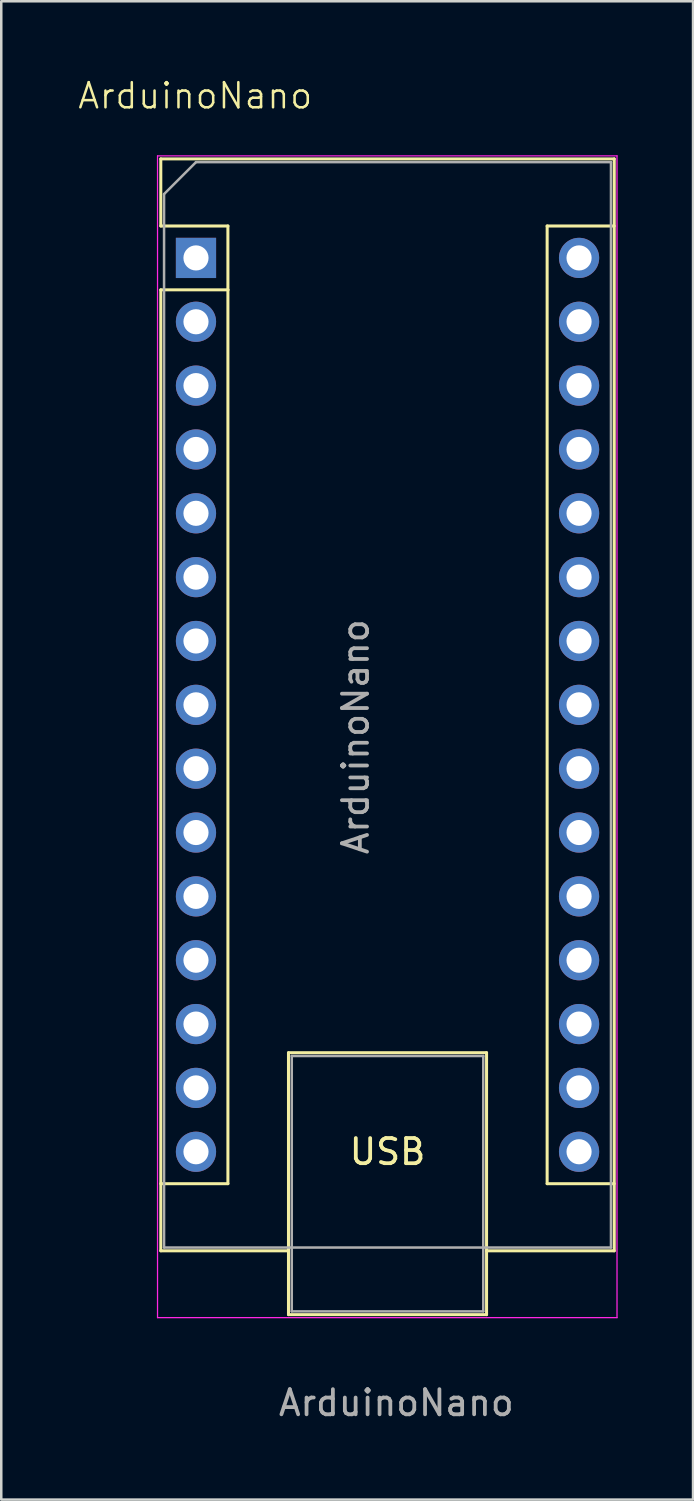
<source format=kicad_pcb>
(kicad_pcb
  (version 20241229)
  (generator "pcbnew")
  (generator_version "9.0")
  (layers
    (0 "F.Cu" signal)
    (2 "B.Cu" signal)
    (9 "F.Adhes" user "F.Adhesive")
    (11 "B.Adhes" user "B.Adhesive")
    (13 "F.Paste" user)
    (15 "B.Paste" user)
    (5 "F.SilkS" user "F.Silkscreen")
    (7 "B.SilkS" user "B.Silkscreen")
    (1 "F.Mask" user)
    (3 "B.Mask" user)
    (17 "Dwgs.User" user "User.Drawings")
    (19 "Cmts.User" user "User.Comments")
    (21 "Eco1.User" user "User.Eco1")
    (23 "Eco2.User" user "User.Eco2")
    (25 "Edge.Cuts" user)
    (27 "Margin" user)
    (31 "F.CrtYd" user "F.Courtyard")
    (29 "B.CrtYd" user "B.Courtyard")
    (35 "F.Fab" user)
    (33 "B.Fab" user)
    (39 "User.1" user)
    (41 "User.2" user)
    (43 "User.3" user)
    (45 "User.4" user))
  (footprint "ArduinoNano"
    (layer "F.Cu")
    (at 4.717 7.261)
    (property "Reference" "ArduinoNano" (at 0 -6.5 0) (unlocked yes) (layer "F.SilkS") (effects (font (size 1 1) (thickness 0.1))))
    (attr smd)
    (fp_line (start -1.37 -3.99) (end -1.37 -1.32) (stroke (width 0.12) (type solid)) (layer "F.SilkS"))
    (fp_line (start -1.37 1.22) (end -1.37 39.45) (stroke (width 0.12) (type solid)) (layer "F.SilkS"))
    (fp_line (start -1.37 39.45) (end 3.71 39.45) (stroke (width 0.12) (type solid)) (layer "F.SilkS"))
    (fp_line (start 1.3 -1.32) (end -1.37 -1.32) (stroke (width 0.12) (type solid)) (layer "F.SilkS"))
    (fp_line (start 1.3 1.22) (end -1.37 1.22) (stroke (width 0.12) (type solid)) (layer "F.SilkS"))
    (fp_line (start 1.3 1.22) (end 1.3 -1.32) (stroke (width 0.12) (type solid)) (layer "F.SilkS"))
    (fp_line (start 1.3 1.22) (end 1.3 36.78) (stroke (width 0.12) (type solid)) (layer "F.SilkS"))
    (fp_line (start 1.3 36.78) (end -1.37 36.78) (stroke (width 0.12) (type solid)) (layer "F.SilkS"))
    (fp_line (start 3.71 31.57) (end 11.59 31.57) (stroke (width 0.12) (type solid)) (layer "F.SilkS"))
    (fp_line (start 3.71 41.99) (end 3.71 31.57) (stroke (width 0.12) (type solid)) (layer "F.SilkS"))
    (fp_line (start 11.59 31.57) (end 11.59 41.99) (stroke (width 0.12) (type solid)) (layer "F.SilkS"))
    (fp_line (start 11.59 41.99) (end 3.71 41.99) (stroke (width 0.12) (type solid)) (layer "F.SilkS"))
    (fp_line (start 14 -1.32) (end 14 36.78) (stroke (width 0.12) (type solid)) (layer "F.SilkS"))
    (fp_line (start 14 -1.32) (end 16.67 -1.32) (stroke (width 0.12) (type solid)) (layer "F.SilkS"))
    (fp_line (start 14 36.78) (end 16.67 36.78) (stroke (width 0.12) (type solid)) (layer "F.SilkS"))
    (fp_line (start 16.67 -3.99) (end -1.37 -3.99) (stroke (width 0.12) (type solid)) (layer "F.SilkS"))
    (fp_line (start 16.67 39.45) (end 11.59 39.45) (stroke (width 0.12) (type solid)) (layer "F.SilkS"))
    (fp_line (start 16.67 39.45) (end 16.67 -3.99) (stroke (width 0.12) (type solid)) (layer "F.SilkS"))
    (fp_line (start -1.5 -4.11) (end -1.5 42.11) (stroke (width 0.05) (type solid)) (layer "F.CrtYd"))
    (fp_line (start -1.5 -4.11) (end 16.78 -4.11) (stroke (width 0.05) (type solid)) (layer "F.CrtYd"))
    (fp_line (start 16.78 42.11) (end -1.5 42.11) (stroke (width 0.05) (type solid)) (layer "F.CrtYd"))
    (fp_line (start 16.78 42.11) (end 16.78 -4.11) (stroke (width 0.05) (type solid)) (layer "F.CrtYd"))
    (fp_line (start -1.24 -2.59) (end 0.03 -3.86) (stroke (width 0.1) (type solid)) (layer "F.Fab"))
    (fp_line (start -1.24 39.32) (end -1.24 -2.59) (stroke (width 0.1) (type solid)) (layer "F.Fab"))
    (fp_line (start 0.03 -3.86) (end 16.54 -3.86) (stroke (width 0.1) (type solid)) (layer "F.Fab"))
    (fp_line (start 3.84 31.7) (end 11.46 31.7) (stroke (width 0.1) (type solid)) (layer "F.Fab"))
    (fp_line (start 3.84 41.86) (end 3.84 31.7) (stroke (width 0.1) (type solid)) (layer "F.Fab"))
    (fp_line (start 11.46 31.7) (end 11.46 41.86) (stroke (width 0.1) (type solid)) (layer "F.Fab"))
    (fp_line (start 11.46 41.86) (end 3.84 41.86) (stroke (width 0.1) (type solid)) (layer "F.Fab"))
    (fp_line (start 16.54 -3.86) (end 16.54 39.32) (stroke (width 0.1) (type solid)) (layer "F.Fab"))
    (fp_line (start 16.54 39.32) (end -1.24 39.32) (stroke (width 0.1) (type solid)) (layer "F.Fab"))
    (fp_text user "USB" (at 7.65 35.51 0) (unlocked yes) (layer "F.SilkS") (effects (font (size 1 1) (thickness 0.15))))
    (fp_text user "${REFERENCE}" (at 6.38 19 90) (layer "F.Fab") (effects (font (size 1 1) (thickness 0.15))))
    (fp_text user "${REFERENCE}" (at 8 45.5 0) (unlocked yes) (layer "F.Fab") (effects (font (size 1 1) (thickness 0.15))))
    (pad "1" thru_hole rect (at 0.03 -0.05) (size 1.6 1.6) (drill 1) (layers "*.Cu" "*.Mask"))
    (pad "2" thru_hole oval (at 0.03 2.49) (size 1.6 1.6) (drill 1) (layers "*.Cu" "*.Mask"))
    (pad "3" thru_hole oval (at 0.03 5.03) (size 1.6 1.6) (drill 1) (layers "*.Cu" "*.Mask"))
    (pad "4" thru_hole oval (at 0.03 7.57) (size 1.6 1.6) (drill 1) (layers "*.Cu" "*.Mask"))
    (pad "5" thru_hole oval (at 0.03 10.11) (size 1.6 1.6) (drill 1) (layers "*.Cu" "*.Mask"))
    (pad "6" thru_hole oval (at 0.03 12.65) (size 1.6 1.6) (drill 1) (layers "*.Cu" "*.Mask"))
    (pad "7" thru_hole oval (at 0.03 15.19) (size 1.6 1.6) (drill 1) (layers "*.Cu" "*.Mask"))
    (pad "8" thru_hole oval (at 0.03 17.73) (size 1.6 1.6) (drill 1) (layers "*.Cu" "*.Mask"))
    (pad "9" thru_hole oval (at 0.03 20.27) (size 1.6 1.6) (drill 1) (layers "*.Cu" "*.Mask"))
    (pad "10" thru_hole oval (at 0.03 22.81) (size 1.6 1.6) (drill 1) (layers "*.Cu" "*.Mask"))
    (pad "11" thru_hole oval (at 0.03 25.35) (size 1.6 1.6) (drill 1) (layers "*.Cu" "*.Mask"))
    (pad "12" thru_hole oval (at 0.03 27.89) (size 1.6 1.6) (drill 1) (layers "*.Cu" "*.Mask"))
    (pad "13" thru_hole oval (at 0.03 30.43) (size 1.6 1.6) (drill 1) (layers "*.Cu" "*.Mask"))
    (pad "14" thru_hole oval (at 0.03 32.97) (size 1.6 1.6) (drill 1) (layers "*.Cu" "*.Mask"))
    (pad "15" thru_hole oval (at 0.03 35.51) (size 1.6 1.6) (drill 1) (layers "*.Cu" "*.Mask"))
    (pad "16" thru_hole oval (at 15.27 35.51) (size 1.6 1.6) (drill 1) (layers "*.Cu" "*.Mask"))
    (pad "17" thru_hole oval (at 15.27 32.97) (size 1.6 1.6) (drill 1) (layers "*.Cu" "*.Mask"))
    (pad "18" thru_hole oval (at 15.27 30.43) (size 1.6 1.6) (drill 1) (layers "*.Cu" "*.Mask"))
    (pad "19" thru_hole oval (at 15.27 27.89) (size 1.6 1.6) (drill 1) (layers "*.Cu" "*.Mask"))
    (pad "20" thru_hole oval (at 15.27 25.35) (size 1.6 1.6) (drill 1) (layers "*.Cu" "*.Mask"))
    (pad "21" thru_hole oval (at 15.27 22.81) (size 1.6 1.6) (drill 1) (layers "*.Cu" "*.Mask"))
    (pad "22" thru_hole oval (at 15.27 20.27) (size 1.6 1.6) (drill 1) (layers "*.Cu" "*.Mask"))
    (pad "23" thru_hole oval (at 15.27 17.73) (size 1.6 1.6) (drill 1) (layers "*.Cu" "*.Mask"))
    (pad "24" thru_hole oval (at 15.27 15.19) (size 1.6 1.6) (drill 1) (layers "*.Cu" "*.Mask"))
    (pad "25" thru_hole oval (at 15.27 12.65) (size 1.6 1.6) (drill 1) (layers "*.Cu" "*.Mask"))
    (pad "26" thru_hole oval (at 15.27 10.11) (size 1.6 1.6) (drill 1) (layers "*.Cu" "*.Mask"))
    (pad "27" thru_hole oval (at 15.27 7.57) (size 1.6 1.6) (drill 1) (layers "*.Cu" "*.Mask"))
    (pad "28" thru_hole oval (at 15.27 5.03) (size 1.6 1.6) (drill 1) (layers "*.Cu" "*.Mask"))
    (pad "29" thru_hole oval (at 15.27 2.49) (size 1.6 1.6) (drill 1) (layers "*.Cu" "*.Mask"))
    (pad "30" thru_hole oval (at 15.27 -0.05) (size 1.6 1.6) (drill 1) (layers "*.Cu" "*.Mask")))
  (gr_rect
    (start -3 -3)
    (end 24.522 56.609)
    (stroke (width 0.1) (type default))
    (fill no)
    (layer "Edge.Cuts")))
</source>
